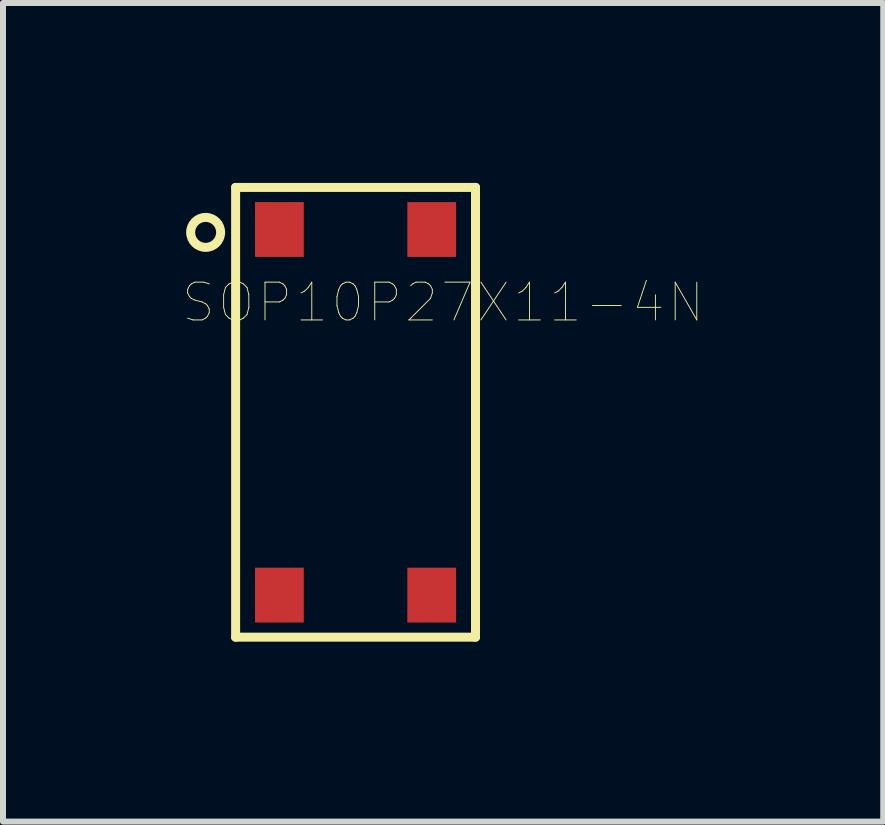
<source format=kicad_pcb>
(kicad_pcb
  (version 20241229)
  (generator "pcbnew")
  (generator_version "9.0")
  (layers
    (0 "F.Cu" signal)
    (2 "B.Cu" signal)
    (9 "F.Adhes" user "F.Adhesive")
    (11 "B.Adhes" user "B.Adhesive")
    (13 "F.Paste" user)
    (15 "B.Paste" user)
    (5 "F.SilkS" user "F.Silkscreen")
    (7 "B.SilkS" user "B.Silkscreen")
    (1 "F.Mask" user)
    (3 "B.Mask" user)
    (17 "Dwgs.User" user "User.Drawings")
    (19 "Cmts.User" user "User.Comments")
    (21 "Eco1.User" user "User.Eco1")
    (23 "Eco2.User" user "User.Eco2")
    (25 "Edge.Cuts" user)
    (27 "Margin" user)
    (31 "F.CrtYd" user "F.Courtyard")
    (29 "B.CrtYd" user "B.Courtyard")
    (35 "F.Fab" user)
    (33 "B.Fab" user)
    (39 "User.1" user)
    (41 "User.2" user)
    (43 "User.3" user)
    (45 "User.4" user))
  (footprint "SOP10P27X11-4N"
    (layer "F.Cu")
    (at 2.879 3.825)
    (property "Reference" "SOP10P27X11-4N" (at 1.46 -1.831 0) (layer "F.SilkS") (effects (font (size 0.63 0.63) (thickness 0.015))))
    (attr through_hole)
    (fp_line (start -2 -3.75) (end 2 -3.75) (stroke (width 0.15) (type solid)) (layer "F.SilkS"))
    (fp_line (start -2 3.75) (end -2 -3.75) (stroke (width 0.15) (type solid)) (layer "F.SilkS"))
    (fp_line (start 2 -3.75) (end 2 3.75) (stroke (width 0.15) (type solid)) (layer "F.SilkS"))
    (fp_line (start 2 3.75) (end -2 3.75) (stroke (width 0.15) (type solid)) (layer "F.SilkS"))
    (fp_circle (center -2.5 -3) (end -2.25 -3) (stroke (width 0.15) (type solid)) (fill no) (layer "F.SilkS"))
    (pad "1" smd rect (at -1.27 -3.048) (size 0.813 0.914) (layers "F.Cu" "F.Mask" "F.Paste"))
    (pad "2" smd rect (at -1.27 3.048) (size 0.813 0.914) (layers "F.Cu" "F.Mask" "F.Paste"))
    (pad "3" smd rect (at 1.27 3.048) (size 0.813 0.914) (layers "F.Cu" "F.Mask" "F.Paste"))
    (pad "4" smd rect (at 1.27 -3.048) (size 0.813 0.914) (layers "F.Cu" "F.Mask" "F.Paste")))
  (gr_rect
    (start -3 -3)
    (end 11.678 10.65)
    (stroke (width 0.1) (type default))
    (fill no)
    (layer "Edge.Cuts")))
</source>
